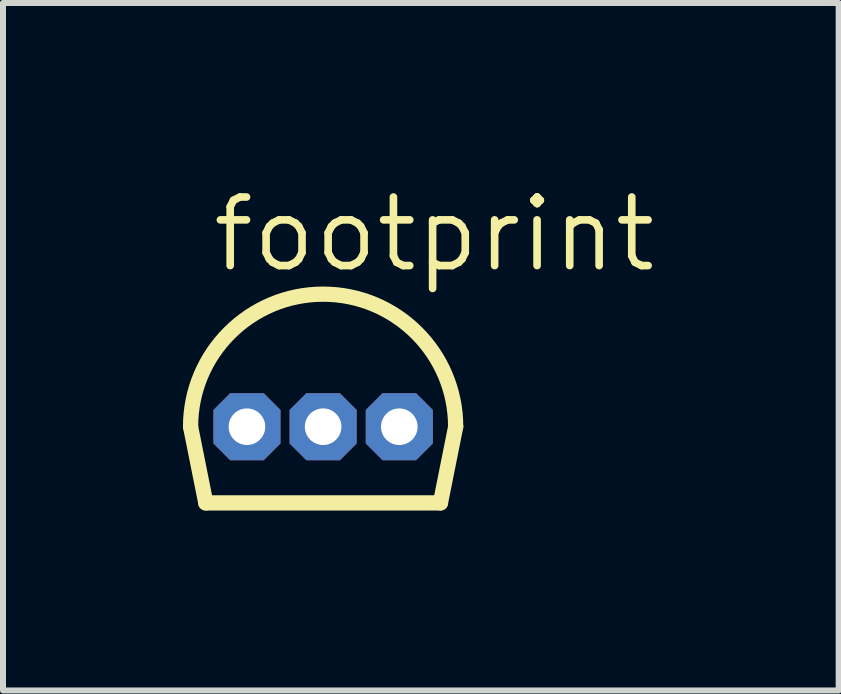
<source format=kicad_pcb>
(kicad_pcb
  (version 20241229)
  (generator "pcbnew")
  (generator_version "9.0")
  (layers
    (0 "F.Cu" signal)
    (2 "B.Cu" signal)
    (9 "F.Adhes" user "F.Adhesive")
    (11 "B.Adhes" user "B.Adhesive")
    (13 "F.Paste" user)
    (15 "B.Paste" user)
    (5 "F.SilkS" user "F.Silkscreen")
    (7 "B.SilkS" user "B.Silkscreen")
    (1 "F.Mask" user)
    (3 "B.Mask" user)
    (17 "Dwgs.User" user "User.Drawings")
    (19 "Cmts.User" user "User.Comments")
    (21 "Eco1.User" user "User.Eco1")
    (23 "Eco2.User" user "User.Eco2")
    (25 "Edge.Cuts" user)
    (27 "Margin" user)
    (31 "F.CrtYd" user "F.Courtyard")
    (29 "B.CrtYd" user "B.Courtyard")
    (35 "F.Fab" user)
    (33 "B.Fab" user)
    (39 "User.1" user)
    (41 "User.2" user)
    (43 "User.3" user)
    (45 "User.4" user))
  (footprint "footprint"
    (layer "F.Cu")
    (at 2.337 4.064)
    (property "Reference" "footprint" (at -1.905 -2.54 0) (layer "F.SilkS") (effects (font (size 1.143 1.143) (thickness 0.127)) (justify left bottom)))
    (fp_line (start -2.21 0) (end -1.956 1.27) (stroke (width 0.254) (type solid)) (layer "F.SilkS"))
    (fp_line (start -1.956 1.27) (end 1.956 1.27) (stroke (width 0.254) (type solid)) (layer "F.SilkS"))
    (fp_line (start 1.956 1.27) (end 2.21 0) (stroke (width 0.254) (type solid)) (layer "F.SilkS"))
    (fp_arc (start -2.2098 0) (mid 0 -2.2098) (end 2.2098 0) (stroke (width 0.254) (type solid)) (layer "F.SilkS"))
    (pad "1" thru_hole roundrect (at -1.27 0) (size 1.118 1.118) (drill 0.61) (layers "*.Cu" "*.Mask") (roundrect_rratio 0.25) (chamfer_ratio 0.25) (chamfer top_left top_right bottom_left bottom_right))
    (pad "2" thru_hole roundrect (at 0 0) (size 1.118 1.118) (drill 0.61) (layers "*.Cu" "*.Mask") (roundrect_rratio 0.25) (chamfer_ratio 0.25) (chamfer top_left top_right bottom_left bottom_right))
    (pad "3" thru_hole roundrect (at 1.27 0) (size 1.118 1.118) (drill 0.61) (layers "*.Cu" "*.Mask") (roundrect_rratio 0.25) (chamfer_ratio 0.25) (chamfer top_left top_right bottom_left bottom_right)))
  (gr_rect
    (start -3 -3)
    (end 10.932 8.461)
    (stroke (width 0.1) (type default))
    (fill no)
    (layer "Edge.Cuts")))
</source>
